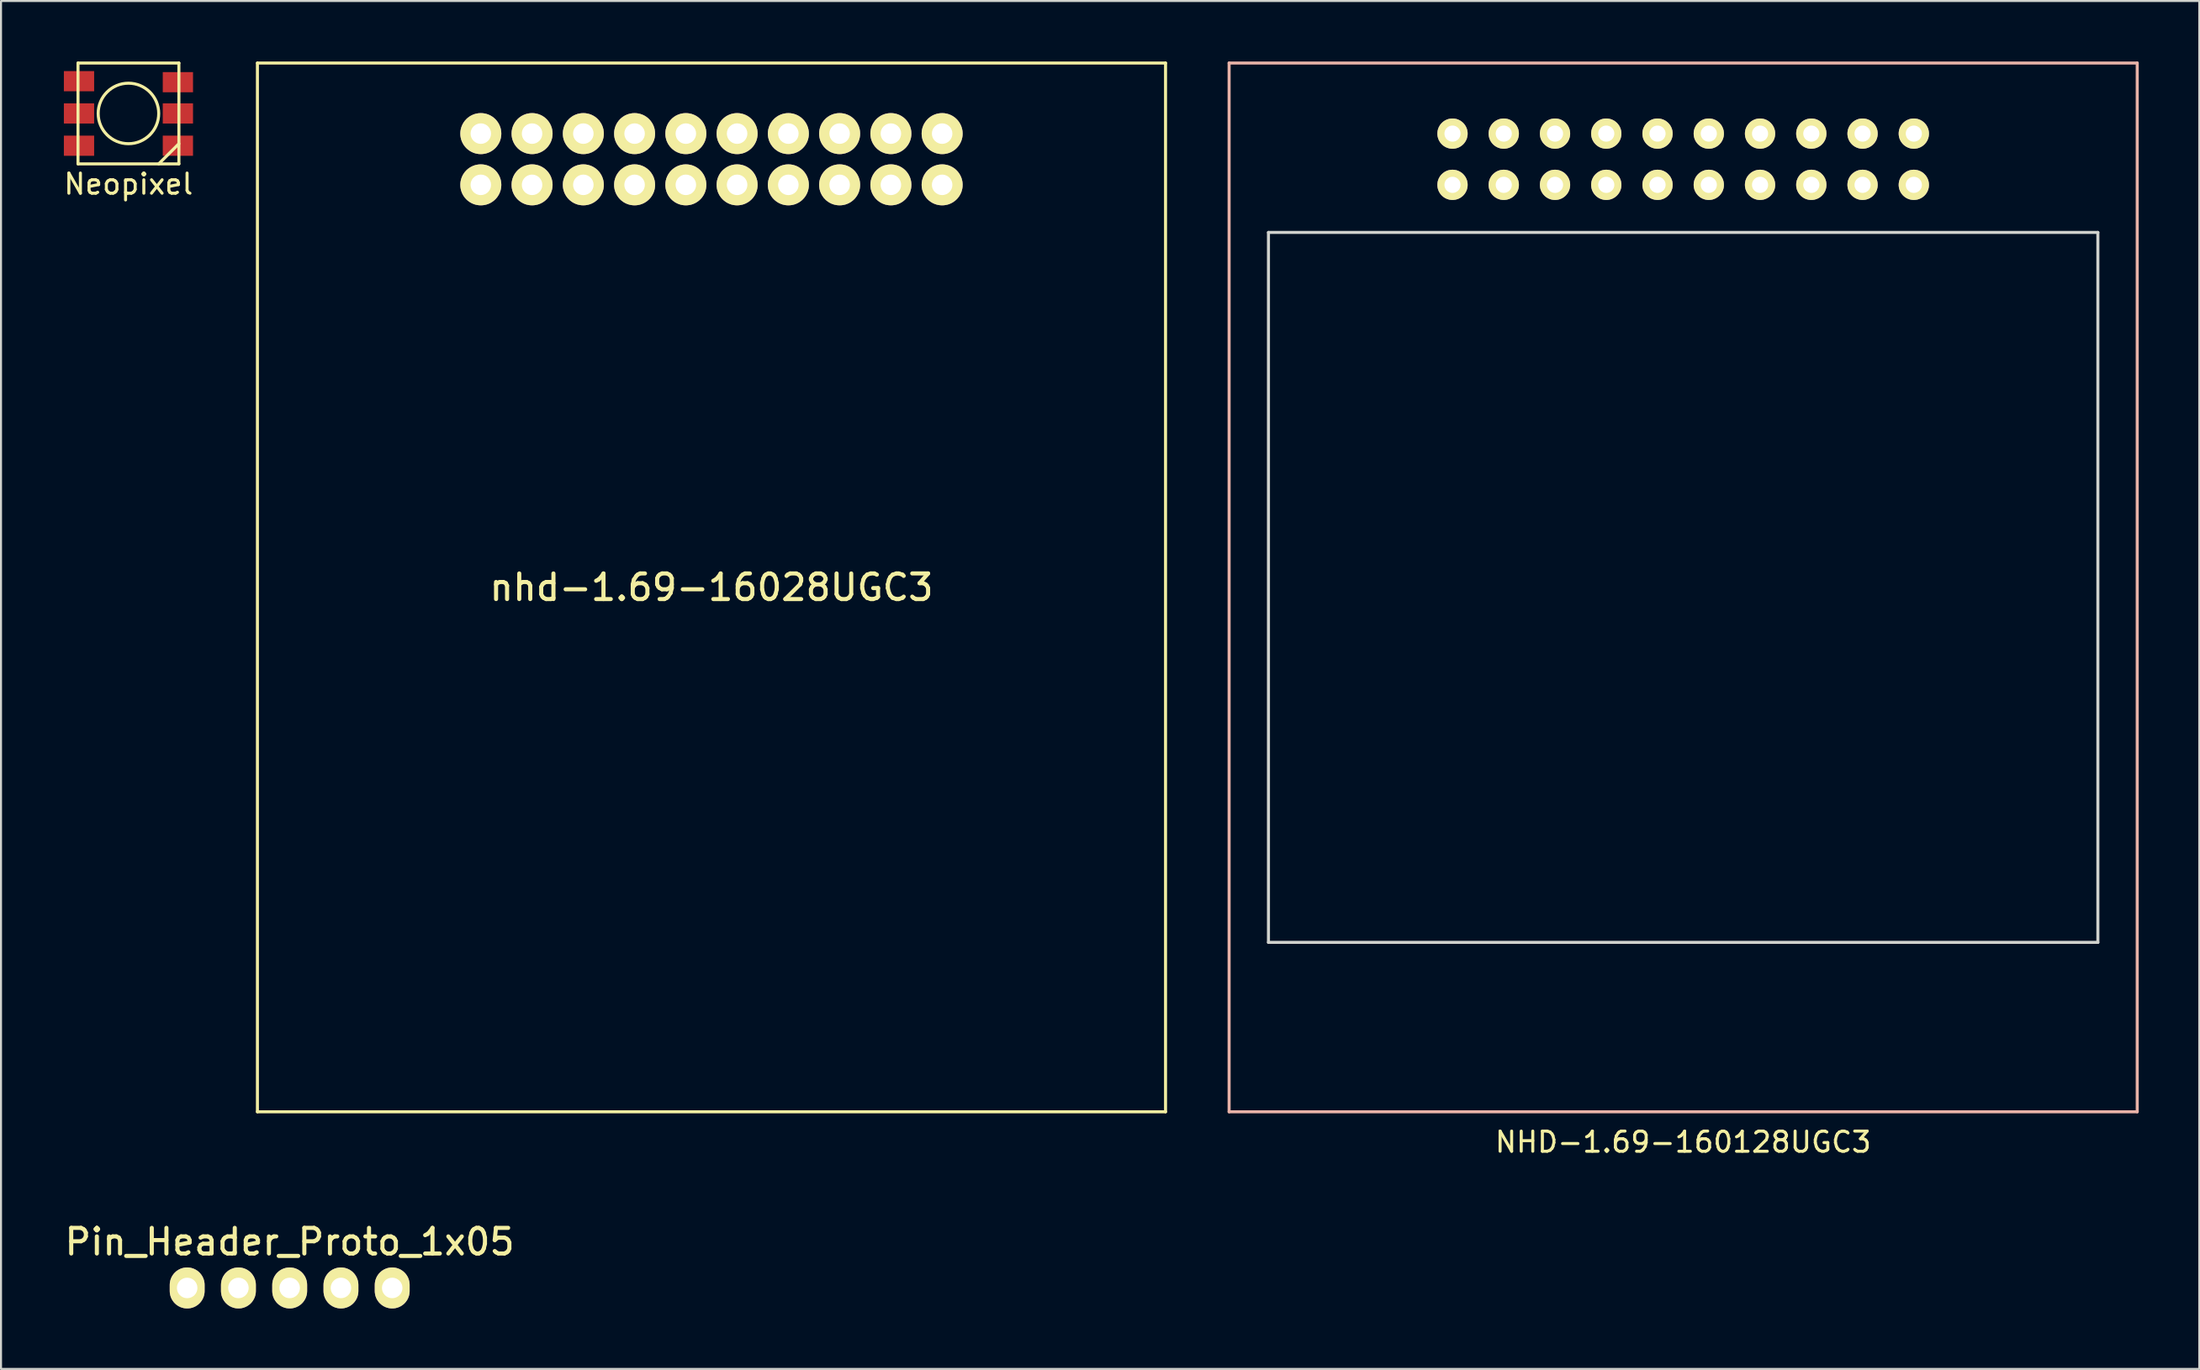
<source format=kicad_pcb>
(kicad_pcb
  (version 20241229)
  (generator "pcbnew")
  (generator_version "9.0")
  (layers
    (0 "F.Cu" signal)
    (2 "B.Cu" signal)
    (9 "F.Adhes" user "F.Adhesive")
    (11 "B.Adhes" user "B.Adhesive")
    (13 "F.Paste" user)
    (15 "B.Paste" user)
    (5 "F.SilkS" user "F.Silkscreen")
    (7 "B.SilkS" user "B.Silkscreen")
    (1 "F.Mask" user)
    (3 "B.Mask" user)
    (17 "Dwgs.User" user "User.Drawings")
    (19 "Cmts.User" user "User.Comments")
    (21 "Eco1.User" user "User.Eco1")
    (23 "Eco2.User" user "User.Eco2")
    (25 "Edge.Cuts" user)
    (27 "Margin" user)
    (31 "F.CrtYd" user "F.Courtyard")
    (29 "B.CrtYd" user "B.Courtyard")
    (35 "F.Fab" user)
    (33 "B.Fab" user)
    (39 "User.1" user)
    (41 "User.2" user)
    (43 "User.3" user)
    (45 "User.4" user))
  (footprint "NHD-1.69-160128UGC3"
    (layer "F.Cu")
    (at 80.356 26.075)
    (property "Reference" "NHD-1.69-160128UGC3" (at 0 27.5 0) (layer "F.SilkS") (effects (font (size 1 1) (thickness 0.15))))
    (attr through_hole)
    (fp_line (start -22.5 -26) (end -22.5 26) (stroke (width 0.15) (type solid)) (layer "B.SilkS"))
    (fp_line (start -22.5 26) (end 22.5 26) (stroke (width 0.15) (type solid)) (layer "B.SilkS"))
    (fp_line (start 22.5 -26) (end -22.5 -26) (stroke (width 0.15) (type solid)) (layer "B.SilkS"))
    (fp_line (start 22.5 26) (end 22.5 -26) (stroke (width 0.15) (type solid)) (layer "B.SilkS"))
    (fp_line (start -20.55 -17.6) (end -20.55 17.6) (stroke (width 0.15) (type solid)) (layer "Edge.Cuts"))
    (fp_line (start -20.55 17.6) (end 20.55 17.6) (stroke (width 0.15) (type solid)) (layer "Edge.Cuts"))
    (fp_line (start 20.55 -17.6) (end -20.55 -17.6) (stroke (width 0.15) (type solid)) (layer "Edge.Cuts"))
    (fp_line (start 20.55 17.6) (end 20.55 -17.6) (stroke (width 0.15) (type solid)) (layer "Edge.Cuts"))
    (pad "1" thru_hole circle (at -11.43 -22.5) (size 1.5 1.5) (drill 0.8) (layers "*.Cu" "*.Mask" "F.SilkS"))
    (pad "2" thru_hole circle (at -11.43 -19.96) (size 1.5 1.5) (drill 0.8) (layers "*.Cu" "*.Mask" "F.SilkS"))
    (pad "3" thru_hole circle (at -8.89 -22.5) (size 1.5 1.5) (drill 0.8) (layers "*.Cu" "*.Mask" "F.SilkS"))
    (pad "4" thru_hole circle (at -8.89 -19.96) (size 1.5 1.5) (drill 0.8) (layers "*.Cu" "*.Mask" "F.SilkS"))
    (pad "5" thru_hole circle (at -6.35 -22.5) (size 1.5 1.5) (drill 0.8) (layers "*.Cu" "*.Mask" "F.SilkS"))
    (pad "6" thru_hole circle (at -6.35 -19.96) (size 1.5 1.5) (drill 0.8) (layers "*.Cu" "*.Mask" "F.SilkS"))
    (pad "7" thru_hole circle (at -3.81 -22.5) (size 1.5 1.5) (drill 0.8) (layers "*.Cu" "*.Mask" "F.SilkS"))
    (pad "8" thru_hole circle (at -3.81 -19.96) (size 1.5 1.5) (drill 0.8) (layers "*.Cu" "*.Mask" "F.SilkS"))
    (pad "9" thru_hole circle (at -1.27 -22.5) (size 1.5 1.5) (drill 0.8) (layers "*.Cu" "*.Mask" "F.SilkS"))
    (pad "10" thru_hole circle (at -1.27 -19.96) (size 1.5 1.5) (drill 0.8) (layers "*.Cu" "*.Mask" "F.SilkS"))
    (pad "11" thru_hole circle (at 1.27 -22.5) (size 1.5 1.5) (drill 0.8) (layers "*.Cu" "*.Mask" "F.SilkS"))
    (pad "12" thru_hole circle (at 1.27 -19.96) (size 1.5 1.5) (drill 0.8) (layers "*.Cu" "*.Mask" "F.SilkS"))
    (pad "13" thru_hole circle (at 3.81 -22.5) (size 1.5 1.5) (drill 0.8) (layers "*.Cu" "*.Mask" "F.SilkS"))
    (pad "14" thru_hole circle (at 3.81 -19.96) (size 1.5 1.5) (drill 0.8) (layers "*.Cu" "*.Mask" "F.SilkS"))
    (pad "15" thru_hole circle (at 6.35 -22.5) (size 1.5 1.5) (drill 0.8) (layers "*.Cu" "*.Mask" "F.SilkS"))
    (pad "16" thru_hole circle (at 6.35 -19.96) (size 1.5 1.5) (drill 0.8) (layers "*.Cu" "*.Mask" "F.SilkS"))
    (pad "17" thru_hole circle (at 8.89 -22.5) (size 1.5 1.5) (drill 0.8) (layers "*.Cu" "*.Mask" "F.SilkS"))
    (pad "18" thru_hole circle (at 8.89 -19.96) (size 1.5 1.5) (drill 0.8) (layers "*.Cu" "*.Mask" "F.SilkS"))
    (pad "19" thru_hole circle (at 11.43 -22.5) (size 1.5 1.5) (drill 0.8) (layers "*.Cu" "*.Mask" "F.SilkS"))
    (pad "20" thru_hole circle (at 11.43 -19.96) (size 1.5 1.5) (drill 0.8) (layers "*.Cu" "*.Mask" "F.SilkS")))
  (footprint "Neopixel"
    (layer "F.Cu")
    (at 3.315 2.575)
    (property "Reference" "Neopixel" (at 0 3.5 0) (layer "F.SilkS") (effects (font (size 1 1) (thickness 0.15))))
    (attr through_hole)
    (fp_line (start -2.5 -2.5) (end 2.5 -2.5) (stroke (width 0.15) (type solid)) (layer "F.SilkS"))
    (fp_line (start -2.5 2.5) (end -2.5 -2.5) (stroke (width 0.15) (type solid)) (layer "F.SilkS"))
    (fp_line (start 1.5 2.5) (end 2.5 1.5) (stroke (width 0.15) (type solid)) (layer "F.SilkS"))
    (fp_line (start 2.5 -2.5) (end 2.5 2.5) (stroke (width 0.15) (type solid)) (layer "F.SilkS"))
    (fp_line (start 2.5 2.5) (end -2.5 2.5) (stroke (width 0.15) (type solid)) (layer "F.SilkS"))
    (fp_circle (center 0 0) (end 0 -1.5) (stroke (width 0.15) (type solid)) (fill no) (layer "F.SilkS"))
    (pad "1" smd rect (at 2.45 1.6) (size 1.5 1) (layers "F.Cu" "F.Mask" "F.Paste"))
    (pad "2" smd rect (at 2.45 0) (size 1.5 1) (layers "F.Cu" "F.Mask" "F.Paste"))
    (pad "3" smd rect (at 2.45 -1.55) (size 1.5 1) (layers "F.Cu" "F.Mask" "F.Paste"))
    (pad "4" smd rect (at -2.45 -1.6) (size 1.5 1) (layers "F.Cu" "F.Mask" "F.Paste"))
    (pad "5" smd rect (at -2.45 0) (size 1.5 1) (layers "F.Cu" "F.Mask" "F.Paste"))
    (pad "6" smd rect (at -2.45 1.6) (size 1.5 1) (layers "F.Cu" "F.Mask" "F.Paste")))
  (footprint "Pin_Header_Proto_1x05"
    (layer "F.Cu")
    (at 11.305 60.809)
    (property "Reference" "Pin_Header_Proto_1x05" (at 0 -2.286 0) (layer "F.SilkS") (effects (font (size 1.27 1.27) (thickness 0.203))))
    (attr through_hole)
    (pad "1" thru_hole oval (at -5.08 0) (size 1.727 2.032) (drill 1.016) (layers "*.Cu" "*.Mask" "F.SilkS"))
    (pad "2" thru_hole oval (at -2.54 0) (size 1.727 2.032) (drill 1.016) (layers "*.Cu" "*.Mask" "F.SilkS"))
    (pad "3" thru_hole oval (at 0 0) (size 1.727 2.032) (drill 1.016) (layers "*.Cu" "*.Mask" "F.SilkS"))
    (pad "4" thru_hole oval (at 2.54 0) (size 1.727 2.032) (drill 1.016) (layers "*.Cu" "*.Mask" "F.SilkS"))
    (pad "5" thru_hole oval (at 5.08 0) (size 1.727 2.032) (drill 1.016) (layers "*.Cu" "*.Mask" "F.SilkS")))
  (footprint "nhd-1.69-16028UGC3"
    (layer "F.Cu")
    (at 32.206 26.075)
    (property "Reference" "nhd-1.69-16028UGC3" (at 0 0 0) (layer "F.SilkS") (effects (font (size 1.27 1.27) (thickness 0.203))))
    (attr through_hole)
    (fp_line (start -22.5 -26) (end -22.5 26) (stroke (width 0.15) (type solid)) (layer "F.SilkS"))
    (fp_line (start -22.5 26) (end 22.5 26) (stroke (width 0.15) (type solid)) (layer "F.SilkS"))
    (fp_line (start 22.5 -26) (end -22.5 -26) (stroke (width 0.15) (type solid)) (layer "F.SilkS"))
    (fp_line (start 22.5 26) (end 22.5 -26) (stroke (width 0.15) (type solid)) (layer "F.SilkS"))
    (pad "1" thru_hole circle (at -11.43 -22.5) (size 2.032 2.032) (drill 1.016) (layers "*.Cu" "*.Mask" "F.SilkS"))
    (pad "2" thru_hole circle (at -11.43 -19.96) (size 2.032 2.032) (drill 1.016) (layers "*.Cu" "*.Mask" "F.SilkS"))
    (pad "3" thru_hole circle (at -8.89 -22.5) (size 2.032 2.032) (drill 1.016) (layers "*.Cu" "*.Mask" "F.SilkS"))
    (pad "4" thru_hole circle (at -8.89 -19.96) (size 2.032 2.032) (drill 1.016) (layers "*.Cu" "*.Mask" "F.SilkS"))
    (pad "5" thru_hole circle (at -6.35 -22.5) (size 2.032 2.032) (drill 1.016) (layers "*.Cu" "*.Mask" "F.SilkS"))
    (pad "6" thru_hole circle (at -6.35 -19.96) (size 2.032 2.032) (drill 1.016) (layers "*.Cu" "*.Mask" "F.SilkS"))
    (pad "7" thru_hole circle (at -3.81 -22.5) (size 2.032 2.032) (drill 1.016) (layers "*.Cu" "*.Mask" "F.SilkS"))
    (pad "8" thru_hole circle (at -3.81 -19.96) (size 2.032 2.032) (drill 1.016) (layers "*.Cu" "*.Mask" "F.SilkS"))
    (pad "9" thru_hole circle (at -1.27 -22.5) (size 2.032 2.032) (drill 1.016) (layers "*.Cu" "*.Mask" "F.SilkS"))
    (pad "10" thru_hole circle (at -1.27 -19.96) (size 2.032 2.032) (drill 1.016) (layers "*.Cu" "*.Mask" "F.SilkS"))
    (pad "11" thru_hole circle (at 1.27 -22.5) (size 2.032 2.032) (drill 1.016) (layers "*.Cu" "*.Mask" "F.SilkS"))
    (pad "12" thru_hole circle (at 1.27 -19.96) (size 2.032 2.032) (drill 1.016) (layers "*.Cu" "*.Mask" "F.SilkS"))
    (pad "13" thru_hole circle (at 3.81 -22.5) (size 2.032 2.032) (drill 1.016) (layers "*.Cu" "*.Mask" "F.SilkS"))
    (pad "14" thru_hole circle (at 3.81 -19.96) (size 2.032 2.032) (drill 1.016) (layers "*.Cu" "*.Mask" "F.SilkS"))
    (pad "15" thru_hole circle (at 6.35 -22.5) (size 2.032 2.032) (drill 1.016) (layers "*.Cu" "*.Mask" "F.SilkS"))
    (pad "16" thru_hole circle (at 6.35 -19.96) (size 2.032 2.032) (drill 1.016) (layers "*.Cu" "*.Mask" "F.SilkS"))
    (pad "17" thru_hole circle (at 8.89 -22.5) (size 2.032 2.032) (drill 1.016) (layers "*.Cu" "*.Mask" "F.SilkS"))
    (pad "18" thru_hole circle (at 8.89 -19.96) (size 2.032 2.032) (drill 1.016) (layers "*.Cu" "*.Mask" "F.SilkS"))
    (pad "19" thru_hole circle (at 11.43 -22.5) (size 2.032 2.032) (drill 1.016) (layers "*.Cu" "*.Mask" "F.SilkS"))
    (pad "20" thru_hole circle (at 11.43 -19.96) (size 2.032 2.032) (drill 1.016) (layers "*.Cu" "*.Mask" "F.SilkS")))
  (gr_rect
    (start -3 -3)
    (end 105.931 64.825)
    (stroke (width 0.1) (type default))
    (fill no)
    (layer "Edge.Cuts")))
</source>
